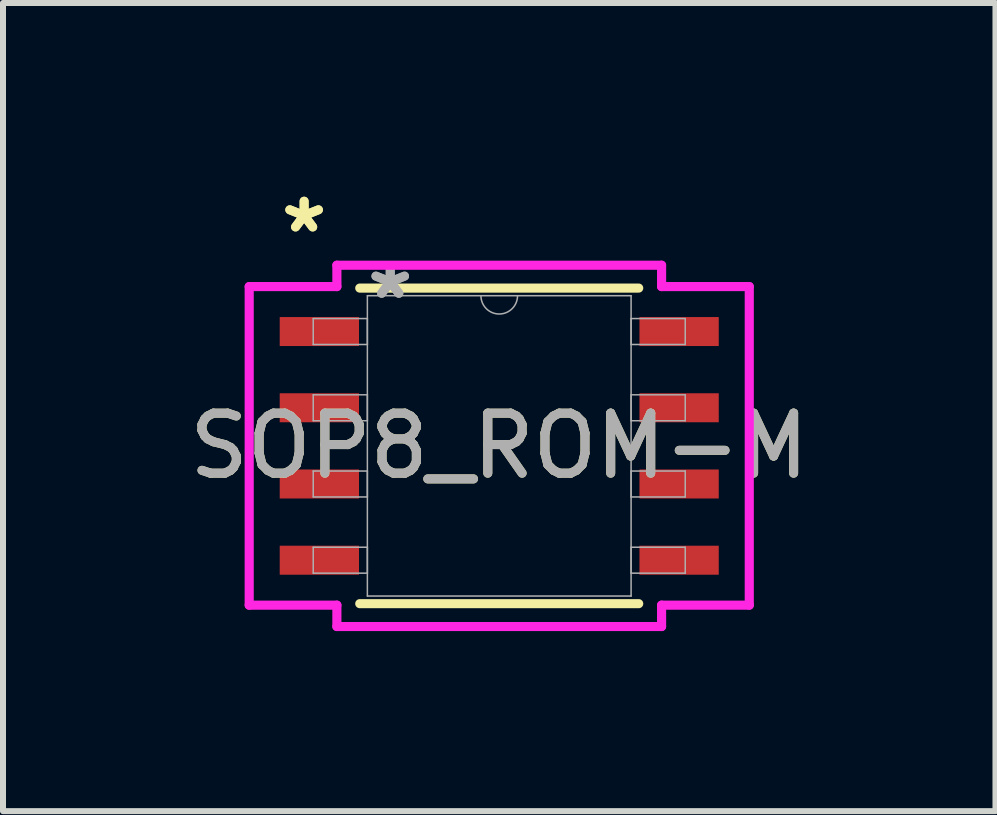
<source format=kicad_pcb>
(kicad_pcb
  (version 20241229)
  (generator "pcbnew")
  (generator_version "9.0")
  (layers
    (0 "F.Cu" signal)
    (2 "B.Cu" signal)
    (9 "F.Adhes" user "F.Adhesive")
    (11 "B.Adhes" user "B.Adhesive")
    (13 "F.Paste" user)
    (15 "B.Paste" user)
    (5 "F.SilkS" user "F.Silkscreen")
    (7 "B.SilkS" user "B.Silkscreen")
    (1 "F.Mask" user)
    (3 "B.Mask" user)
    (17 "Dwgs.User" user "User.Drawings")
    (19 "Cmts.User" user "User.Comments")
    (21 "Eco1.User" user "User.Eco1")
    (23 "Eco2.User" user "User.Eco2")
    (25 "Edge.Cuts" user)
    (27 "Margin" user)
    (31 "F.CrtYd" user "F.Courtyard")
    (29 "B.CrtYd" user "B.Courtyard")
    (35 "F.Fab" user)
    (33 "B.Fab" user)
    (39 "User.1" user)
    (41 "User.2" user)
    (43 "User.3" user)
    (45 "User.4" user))
  (footprint "SOP8_ROM-M"
    (layer "F.Cu")
    (at 5.268 4.379)
    (property "Reference" "SOP8_ROM-M" (at 0 0 0) (unlocked yes) (layer "F.SilkS") (effects (font (size 1 1) (thickness 0.15))))
    (attr smd)
    (fp_line (start -2.324 2.629) (end 2.324 2.629) (stroke (width 0.152) (type solid)) (layer "F.SilkS"))
    (fp_line (start 2.324 -2.629) (end -2.324 -2.629) (stroke (width 0.152) (type solid)) (layer "F.SilkS"))
    (fp_line (start -4.166 -2.654) (end -2.705 -2.654) (stroke (width 0.152) (type solid)) (layer "F.CrtYd"))
    (fp_line (start -4.166 2.654) (end -4.166 -2.654) (stroke (width 0.152) (type solid)) (layer "F.CrtYd"))
    (fp_line (start -4.166 2.654) (end -2.705 2.654) (stroke (width 0.152) (type solid)) (layer "F.CrtYd"))
    (fp_line (start -2.705 -3.01) (end 2.705 -3.01) (stroke (width 0.152) (type solid)) (layer "F.CrtYd"))
    (fp_line (start -2.705 -2.654) (end -2.705 -3.01) (stroke (width 0.152) (type solid)) (layer "F.CrtYd"))
    (fp_line (start -2.705 3.01) (end -2.705 2.654) (stroke (width 0.152) (type solid)) (layer "F.CrtYd"))
    (fp_line (start 2.705 -3.01) (end 2.705 -2.654) (stroke (width 0.152) (type solid)) (layer "F.CrtYd"))
    (fp_line (start 2.705 2.654) (end 2.705 3.01) (stroke (width 0.152) (type solid)) (layer "F.CrtYd"))
    (fp_line (start 2.705 3.01) (end -2.705 3.01) (stroke (width 0.152) (type solid)) (layer "F.CrtYd"))
    (fp_line (start 4.166 -2.654) (end 2.705 -2.654) (stroke (width 0.152) (type solid)) (layer "F.CrtYd"))
    (fp_line (start 4.166 -2.654) (end 4.166 2.654) (stroke (width 0.152) (type solid)) (layer "F.CrtYd"))
    (fp_line (start 4.166 2.654) (end 2.705 2.654) (stroke (width 0.152) (type solid)) (layer "F.CrtYd"))
    (fp_line (start -3.099 -2.121) (end -3.099 -1.689) (stroke (width 0.025) (type solid)) (layer "F.Fab"))
    (fp_line (start -3.099 -1.689) (end -2.197 -1.689) (stroke (width 0.025) (type solid)) (layer "F.Fab"))
    (fp_line (start -3.099 -0.851) (end -3.099 -0.419) (stroke (width 0.025) (type solid)) (layer "F.Fab"))
    (fp_line (start -3.099 -0.419) (end -2.197 -0.419) (stroke (width 0.025) (type solid)) (layer "F.Fab"))
    (fp_line (start -3.099 0.419) (end -3.099 0.851) (stroke (width 0.025) (type solid)) (layer "F.Fab"))
    (fp_line (start -3.099 0.851) (end -2.197 0.851) (stroke (width 0.025) (type solid)) (layer "F.Fab"))
    (fp_line (start -3.099 1.689) (end -3.099 2.121) (stroke (width 0.025) (type solid)) (layer "F.Fab"))
    (fp_line (start -3.099 2.121) (end -2.197 2.121) (stroke (width 0.025) (type solid)) (layer "F.Fab"))
    (fp_line (start -2.197 -2.502) (end -2.197 2.502) (stroke (width 0.025) (type solid)) (layer "F.Fab"))
    (fp_line (start -2.197 -2.121) (end -3.099 -2.121) (stroke (width 0.025) (type solid)) (layer "F.Fab"))
    (fp_line (start -2.197 -1.689) (end -2.197 -2.121) (stroke (width 0.025) (type solid)) (layer "F.Fab"))
    (fp_line (start -2.197 -0.851) (end -3.099 -0.851) (stroke (width 0.025) (type solid)) (layer "F.Fab"))
    (fp_line (start -2.197 -0.419) (end -2.197 -0.851) (stroke (width 0.025) (type solid)) (layer "F.Fab"))
    (fp_line (start -2.197 0.419) (end -3.099 0.419) (stroke (width 0.025) (type solid)) (layer "F.Fab"))
    (fp_line (start -2.197 0.851) (end -2.197 0.419) (stroke (width 0.025) (type solid)) (layer "F.Fab"))
    (fp_line (start -2.197 1.689) (end -3.099 1.689) (stroke (width 0.025) (type solid)) (layer "F.Fab"))
    (fp_line (start -2.197 2.121) (end -2.197 1.689) (stroke (width 0.025) (type solid)) (layer "F.Fab"))
    (fp_line (start -2.197 2.502) (end 2.197 2.502) (stroke (width 0.025) (type solid)) (layer "F.Fab"))
    (fp_line (start 2.197 -2.502) (end -2.197 -2.502) (stroke (width 0.025) (type solid)) (layer "F.Fab"))
    (fp_line (start 2.197 -2.121) (end 2.197 -1.689) (stroke (width 0.025) (type solid)) (layer "F.Fab"))
    (fp_line (start 2.197 -1.689) (end 3.099 -1.689) (stroke (width 0.025) (type solid)) (layer "F.Fab"))
    (fp_line (start 2.197 -0.851) (end 2.197 -0.419) (stroke (width 0.025) (type solid)) (layer "F.Fab"))
    (fp_line (start 2.197 -0.419) (end 3.099 -0.419) (stroke (width 0.025) (type solid)) (layer "F.Fab"))
    (fp_line (start 2.197 0.419) (end 2.197 0.851) (stroke (width 0.025) (type solid)) (layer "F.Fab"))
    (fp_line (start 2.197 0.851) (end 3.099 0.851) (stroke (width 0.025) (type solid)) (layer "F.Fab"))
    (fp_line (start 2.197 1.689) (end 2.197 2.121) (stroke (width 0.025) (type solid)) (layer "F.Fab"))
    (fp_line (start 2.197 2.121) (end 3.099 2.121) (stroke (width 0.025) (type solid)) (layer "F.Fab"))
    (fp_line (start 2.197 2.502) (end 2.197 -2.502) (stroke (width 0.025) (type solid)) (layer "F.Fab"))
    (fp_line (start 3.099 -2.121) (end 2.197 -2.121) (stroke (width 0.025) (type solid)) (layer "F.Fab"))
    (fp_line (start 3.099 -1.689) (end 3.099 -2.121) (stroke (width 0.025) (type solid)) (layer "F.Fab"))
    (fp_line (start 3.099 -0.851) (end 2.197 -0.851) (stroke (width 0.025) (type solid)) (layer "F.Fab"))
    (fp_line (start 3.099 -0.419) (end 3.099 -0.851) (stroke (width 0.025) (type solid)) (layer "F.Fab"))
    (fp_line (start 3.099 0.419) (end 2.197 0.419) (stroke (width 0.025) (type solid)) (layer "F.Fab"))
    (fp_line (start 3.099 0.851) (end 3.099 0.419) (stroke (width 0.025) (type solid)) (layer "F.Fab"))
    (fp_line (start 3.099 1.689) (end 2.197 1.689) (stroke (width 0.025) (type solid)) (layer "F.Fab"))
    (fp_line (start 3.099 2.121) (end 3.099 1.689) (stroke (width 0.025) (type solid)) (layer "F.Fab"))
    (fp_arc (start 0.3048 -2.5019) (mid 0 -2.1971) (end -0.3048 -2.5019) (stroke (width 0.0254) (type solid)) (layer "F.Fab"))
    (fp_text user "*" (at -3.251 -3.531 0) (unlocked yes) (layer "F.SilkS") (effects (font (size 1 1) (thickness 0.15))))
    (fp_text user "*" (at -3.251 -3.531 0) (layer "F.SilkS") (effects (font (size 1 1) (thickness 0.15))))
    (fp_text user "*" (at -1.816 -2.426 0) (layer "F.Fab") (effects (font (size 1 1) (thickness 0.15))))
    (fp_text user "*" (at -1.816 -2.426 0) (unlocked yes) (layer "F.Fab") (effects (font (size 1 1) (thickness 0.15))))
    (fp_text user "${REFERENCE}" (at 0 0 0) (unlocked yes) (layer "F.Fab") (effects (font (size 1 1) (thickness 0.15))))
    (pad "1" smd rect (at -2.997 -1.905) (size 1.321 0.483) (layers "F.Cu" "F.Mask" "F.Paste"))
    (pad "2" smd rect (at -2.997 -0.635) (size 1.321 0.483) (layers "F.Cu" "F.Mask" "F.Paste"))
    (pad "3" smd rect (at -2.997 0.635) (size 1.321 0.483) (layers "F.Cu" "F.Mask" "F.Paste"))
    (pad "4" smd rect (at -2.997 1.905) (size 1.321 0.483) (layers "F.Cu" "F.Mask" "F.Paste"))
    (pad "5" smd rect (at 2.997 1.905) (size 1.321 0.483) (layers "F.Cu" "F.Mask" "F.Paste"))
    (pad "6" smd rect (at 2.997 0.635) (size 1.321 0.483) (layers "F.Cu" "F.Mask" "F.Paste"))
    (pad "7" smd rect (at 2.997 -0.635) (size 1.321 0.483) (layers "F.Cu" "F.Mask" "F.Paste"))
    (pad "8" smd rect (at 2.997 -1.905) (size 1.321 0.483) (layers "F.Cu" "F.Mask" "F.Paste")))
  (gr_rect
    (start -3 -3)
    (end 13.536 10.465)
    (stroke (width 0.1) (type default))
    (fill no)
    (layer "Edge.Cuts")))
</source>
